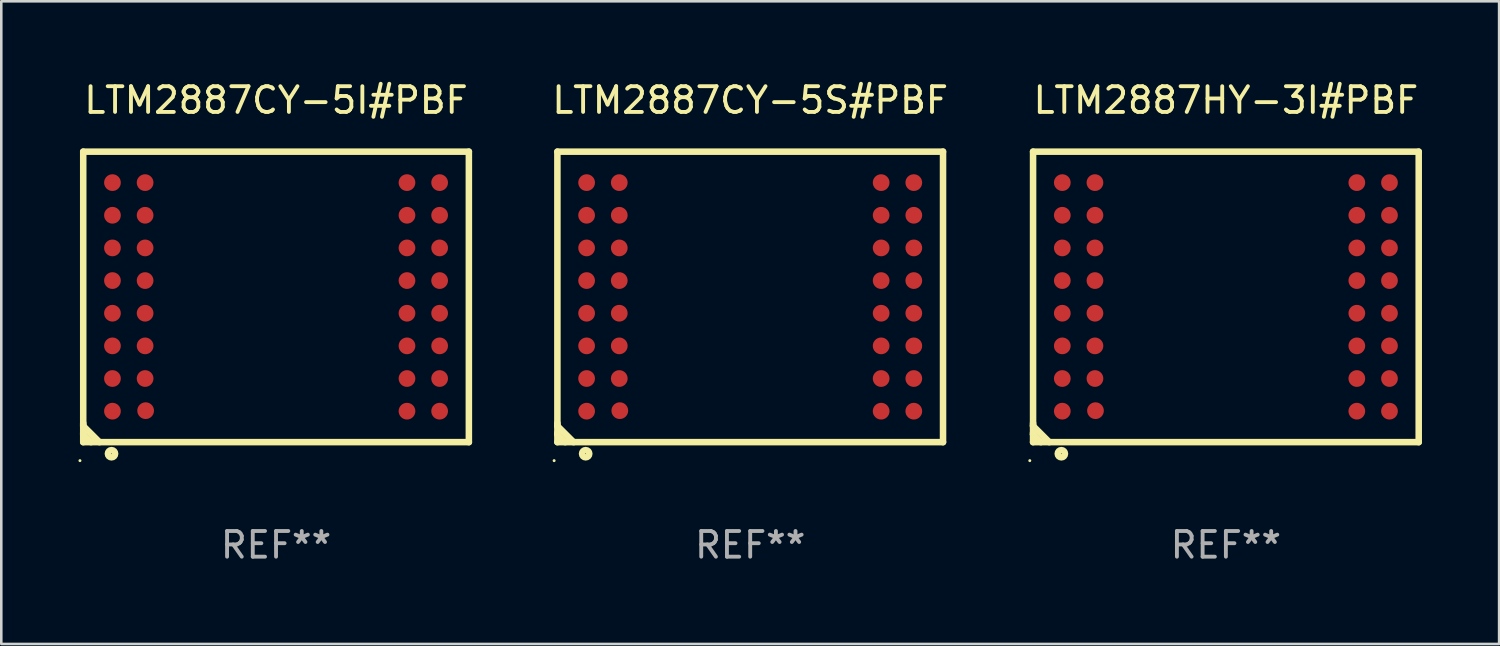
<source format=kicad_pcb>
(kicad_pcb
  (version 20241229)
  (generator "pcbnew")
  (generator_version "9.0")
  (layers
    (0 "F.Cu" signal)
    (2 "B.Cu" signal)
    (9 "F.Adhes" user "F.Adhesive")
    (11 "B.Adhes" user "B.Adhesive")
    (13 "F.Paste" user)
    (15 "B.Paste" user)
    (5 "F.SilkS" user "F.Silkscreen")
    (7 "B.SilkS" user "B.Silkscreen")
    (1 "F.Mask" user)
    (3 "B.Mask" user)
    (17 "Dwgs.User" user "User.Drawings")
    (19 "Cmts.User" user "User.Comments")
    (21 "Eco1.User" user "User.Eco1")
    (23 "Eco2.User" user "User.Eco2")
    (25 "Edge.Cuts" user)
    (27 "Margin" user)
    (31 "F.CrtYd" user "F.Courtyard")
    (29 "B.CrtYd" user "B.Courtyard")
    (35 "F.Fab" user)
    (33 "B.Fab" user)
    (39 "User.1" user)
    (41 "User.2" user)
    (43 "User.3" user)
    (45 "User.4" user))
  (footprint "LTM2887CY-5I#PBF"
    (layer "F.Cu")
    (at 7.687 8.498)
    (property "Reference" "LTM2887CY-5I#PBF" (at 0 -7.65 0) (layer "F.SilkS") (effects (font (size 1 1) (thickness 0.15))))
    (attr through_hole)
    (fp_line (start -7.5 -5.65) (end -7.5 5.65) (stroke (width 0.254) (type solid)) (layer "F.SilkS"))
    (fp_line (start -7.5 -5.65) (end 7.5 -5.65) (stroke (width 0.254) (type solid)) (layer "F.SilkS"))
    (fp_line (start -7.5 4.911) (end -7.5 5.02) (stroke (width 0.254) (type solid)) (layer "F.SilkS"))
    (fp_line (start -7.5 5.02) (end -6.87 5.65) (stroke (width 0.254) (type solid)) (layer "F.SilkS"))
    (fp_line (start -7.5 5.286) (end -7.5 5.347) (stroke (width 0.254) (type solid)) (layer "F.SilkS"))
    (fp_line (start -7.5 5.347) (end -7.197 5.65) (stroke (width 0.254) (type solid)) (layer "F.SilkS"))
    (fp_line (start -7.5 5.65) (end 7.5 5.65) (stroke (width 0.254) (type solid)) (layer "F.SilkS"))
    (fp_line (start 7.5 -5.65) (end 7.5 5.65) (stroke (width 0.254) (type solid)) (layer "F.SilkS"))
    (fp_circle (center -7.627 6.369) (end -7.597 6.369) (stroke (width 0.06) (type solid)) (fill no) (layer "F.SilkS"))
    (fp_circle (center -6.4 6.1) (end -6.259 6.1) (stroke (width 0.254) (type solid)) (fill no) (layer "F.SilkS"))
    (fp_text user "REF**" (at 0 9.65 0) (layer "F.Fab") (effects (font (size 1 1) (thickness 0.15))))
    (pad "A1" smd circle (at -6.363 4.445) (size 0.65 0.65) (layers "F.Cu" "F.Mask" "F.Paste"))
    (pad "A2" smd circle (at -6.363 3.175) (size 0.65 0.65) (layers "F.Cu" "F.Mask" "F.Paste"))
    (pad "A3" smd circle (at -6.363 1.905) (size 0.65 0.65) (layers "F.Cu" "F.Mask" "F.Paste"))
    (pad "A4" smd circle (at -6.363 0.635) (size 0.65 0.65) (layers "F.Cu" "F.Mask" "F.Paste"))
    (pad "A5" smd circle (at -6.363 -0.635) (size 0.65 0.65) (layers "F.Cu" "F.Mask" "F.Paste"))
    (pad "A6" smd circle (at -6.363 -1.905) (size 0.65 0.65) (layers "F.Cu" "F.Mask" "F.Paste"))
    (pad "A7" smd circle (at -6.363 -3.175) (size 0.65 0.65) (layers "F.Cu" "F.Mask" "F.Paste"))
    (pad "A8" smd circle (at -6.363 -4.445) (size 0.65 0.65) (layers "F.Cu" "F.Mask" "F.Paste"))
    (pad "B1" smd circle (at -5.072 4.425) (size 0.65 0.65) (layers "F.Cu" "F.Mask" "F.Paste"))
    (pad "B2" smd circle (at -5.093 3.175) (size 0.65 0.65) (layers "F.Cu" "F.Mask" "F.Paste"))
    (pad "B3" smd circle (at -5.093 1.905) (size 0.65 0.65) (layers "F.Cu" "F.Mask" "F.Paste"))
    (pad "B4" smd circle (at -5.093 0.635) (size 0.65 0.65) (layers "F.Cu" "F.Mask" "F.Paste"))
    (pad "B5" smd circle (at -5.093 -0.635) (size 0.65 0.65) (layers "F.Cu" "F.Mask" "F.Paste"))
    (pad "B6" smd circle (at -5.093 -1.905) (size 0.65 0.65) (layers "F.Cu" "F.Mask" "F.Paste"))
    (pad "B7" smd circle (at -5.093 -3.175) (size 0.65 0.65) (layers "F.Cu" "F.Mask" "F.Paste"))
    (pad "B8" smd circle (at -5.093 -4.445) (size 0.65 0.65) (layers "F.Cu" "F.Mask" "F.Paste"))
    (pad "K1" smd circle (at 5.093 4.445) (size 0.65 0.65) (layers "F.Cu" "F.Mask" "F.Paste"))
    (pad "K2" smd circle (at 5.093 3.175) (size 0.65 0.65) (layers "F.Cu" "F.Mask" "F.Paste"))
    (pad "K3" smd circle (at 5.093 1.905) (size 0.65 0.65) (layers "F.Cu" "F.Mask" "F.Paste"))
    (pad "K4" smd circle (at 5.093 0.635) (size 0.65 0.65) (layers "F.Cu" "F.Mask" "F.Paste"))
    (pad "K5" smd circle (at 5.093 -0.635) (size 0.65 0.65) (layers "F.Cu" "F.Mask" "F.Paste"))
    (pad "K6" smd circle (at 5.093 -1.905) (size 0.65 0.65) (layers "F.Cu" "F.Mask" "F.Paste"))
    (pad "K7" smd circle (at 5.093 -3.175) (size 0.65 0.65) (layers "F.Cu" "F.Mask" "F.Paste"))
    (pad "K8" smd circle (at 5.093 -4.445) (size 0.65 0.65) (layers "F.Cu" "F.Mask" "F.Paste"))
    (pad "L1" smd circle (at 6.363 4.445) (size 0.65 0.65) (layers "F.Cu" "F.Mask" "F.Paste"))
    (pad "L2" smd circle (at 6.363 3.175) (size 0.65 0.65) (layers "F.Cu" "F.Mask" "F.Paste"))
    (pad "L3" smd circle (at 6.363 1.905) (size 0.65 0.65) (layers "F.Cu" "F.Mask" "F.Paste"))
    (pad "L4" smd circle (at 6.363 0.635) (size 0.65 0.65) (layers "F.Cu" "F.Mask" "F.Paste"))
    (pad "L5" smd circle (at 6.363 -0.635) (size 0.65 0.65) (layers "F.Cu" "F.Mask" "F.Paste"))
    (pad "L6" smd circle (at 6.363 -1.905) (size 0.65 0.65) (layers "F.Cu" "F.Mask" "F.Paste"))
    (pad "L7" smd circle (at 6.363 -3.175) (size 0.65 0.65) (layers "F.Cu" "F.Mask" "F.Paste"))
    (pad "L8" smd circle (at 6.363 -4.445) (size 0.65 0.65) (layers "F.Cu" "F.Mask" "F.Paste")))
  (footprint "LTM2887CY-5S#PBF"
    (layer "F.Cu")
    (at 26.13 8.498)
    (property "Reference" "LTM2887CY-5S#PBF" (at 0 -7.65 0) (layer "F.SilkS") (effects (font (size 1 1) (thickness 0.15))))
    (attr through_hole)
    (fp_line (start -7.5 -5.65) (end -7.5 5.65) (stroke (width 0.254) (type solid)) (layer "F.SilkS"))
    (fp_line (start -7.5 -5.65) (end 7.5 -5.65) (stroke (width 0.254) (type solid)) (layer "F.SilkS"))
    (fp_line (start -7.5 4.911) (end -7.5 5.02) (stroke (width 0.254) (type solid)) (layer "F.SilkS"))
    (fp_line (start -7.5 5.02) (end -6.87 5.65) (stroke (width 0.254) (type solid)) (layer "F.SilkS"))
    (fp_line (start -7.5 5.286) (end -7.5 5.347) (stroke (width 0.254) (type solid)) (layer "F.SilkS"))
    (fp_line (start -7.5 5.347) (end -7.197 5.65) (stroke (width 0.254) (type solid)) (layer "F.SilkS"))
    (fp_line (start -7.5 5.65) (end 7.5 5.65) (stroke (width 0.254) (type solid)) (layer "F.SilkS"))
    (fp_line (start 7.5 -5.65) (end 7.5 5.65) (stroke (width 0.254) (type solid)) (layer "F.SilkS"))
    (fp_circle (center -7.627 6.369) (end -7.597 6.369) (stroke (width 0.06) (type solid)) (fill no) (layer "F.SilkS"))
    (fp_circle (center -6.4 6.1) (end -6.259 6.1) (stroke (width 0.254) (type solid)) (fill no) (layer "F.SilkS"))
    (fp_text user "REF**" (at 0 9.65 0) (layer "F.Fab") (effects (font (size 1 1) (thickness 0.15))))
    (pad "A1" smd circle (at -6.363 4.445) (size 0.65 0.65) (layers "F.Cu" "F.Mask" "F.Paste"))
    (pad "A2" smd circle (at -6.363 3.175) (size 0.65 0.65) (layers "F.Cu" "F.Mask" "F.Paste"))
    (pad "A3" smd circle (at -6.363 1.905) (size 0.65 0.65) (layers "F.Cu" "F.Mask" "F.Paste"))
    (pad "A4" smd circle (at -6.363 0.635) (size 0.65 0.65) (layers "F.Cu" "F.Mask" "F.Paste"))
    (pad "A5" smd circle (at -6.363 -0.635) (size 0.65 0.65) (layers "F.Cu" "F.Mask" "F.Paste"))
    (pad "A6" smd circle (at -6.363 -1.905) (size 0.65 0.65) (layers "F.Cu" "F.Mask" "F.Paste"))
    (pad "A7" smd circle (at -6.363 -3.175) (size 0.65 0.65) (layers "F.Cu" "F.Mask" "F.Paste"))
    (pad "A8" smd circle (at -6.363 -4.445) (size 0.65 0.65) (layers "F.Cu" "F.Mask" "F.Paste"))
    (pad "B1" smd circle (at -5.072 4.425) (size 0.65 0.65) (layers "F.Cu" "F.Mask" "F.Paste"))
    (pad "B2" smd circle (at -5.093 3.175) (size 0.65 0.65) (layers "F.Cu" "F.Mask" "F.Paste"))
    (pad "B3" smd circle (at -5.093 1.905) (size 0.65 0.65) (layers "F.Cu" "F.Mask" "F.Paste"))
    (pad "B4" smd circle (at -5.093 0.635) (size 0.65 0.65) (layers "F.Cu" "F.Mask" "F.Paste"))
    (pad "B5" smd circle (at -5.093 -0.635) (size 0.65 0.65) (layers "F.Cu" "F.Mask" "F.Paste"))
    (pad "B6" smd circle (at -5.093 -1.905) (size 0.65 0.65) (layers "F.Cu" "F.Mask" "F.Paste"))
    (pad "B7" smd circle (at -5.093 -3.175) (size 0.65 0.65) (layers "F.Cu" "F.Mask" "F.Paste"))
    (pad "B8" smd circle (at -5.093 -4.445) (size 0.65 0.65) (layers "F.Cu" "F.Mask" "F.Paste"))
    (pad "K1" smd circle (at 5.093 4.445) (size 0.65 0.65) (layers "F.Cu" "F.Mask" "F.Paste"))
    (pad "K2" smd circle (at 5.093 3.175) (size 0.65 0.65) (layers "F.Cu" "F.Mask" "F.Paste"))
    (pad "K3" smd circle (at 5.093 1.905) (size 0.65 0.65) (layers "F.Cu" "F.Mask" "F.Paste"))
    (pad "K4" smd circle (at 5.093 0.635) (size 0.65 0.65) (layers "F.Cu" "F.Mask" "F.Paste"))
    (pad "K5" smd circle (at 5.093 -0.635) (size 0.65 0.65) (layers "F.Cu" "F.Mask" "F.Paste"))
    (pad "K6" smd circle (at 5.093 -1.905) (size 0.65 0.65) (layers "F.Cu" "F.Mask" "F.Paste"))
    (pad "K7" smd circle (at 5.093 -3.175) (size 0.65 0.65) (layers "F.Cu" "F.Mask" "F.Paste"))
    (pad "K8" smd circle (at 5.093 -4.445) (size 0.65 0.65) (layers "F.Cu" "F.Mask" "F.Paste"))
    (pad "L1" smd circle (at 6.363 4.445) (size 0.65 0.65) (layers "F.Cu" "F.Mask" "F.Paste"))
    (pad "L2" smd circle (at 6.363 3.175) (size 0.65 0.65) (layers "F.Cu" "F.Mask" "F.Paste"))
    (pad "L3" smd circle (at 6.363 1.905) (size 0.65 0.65) (layers "F.Cu" "F.Mask" "F.Paste"))
    (pad "L4" smd circle (at 6.363 0.635) (size 0.65 0.65) (layers "F.Cu" "F.Mask" "F.Paste"))
    (pad "L5" smd circle (at 6.363 -0.635) (size 0.65 0.65) (layers "F.Cu" "F.Mask" "F.Paste"))
    (pad "L6" smd circle (at 6.363 -1.905) (size 0.65 0.65) (layers "F.Cu" "F.Mask" "F.Paste"))
    (pad "L7" smd circle (at 6.363 -3.175) (size 0.65 0.65) (layers "F.Cu" "F.Mask" "F.Paste"))
    (pad "L8" smd circle (at 6.363 -4.445) (size 0.65 0.65) (layers "F.Cu" "F.Mask" "F.Paste")))
  (footprint "LTM2887HY-3I#PBF"
    (layer "F.Cu")
    (at 44.632 8.498)
    (property "Reference" "LTM2887HY-3I#PBF" (at 0 -7.65 0) (layer "F.SilkS") (effects (font (size 1 1) (thickness 0.15))))
    (attr through_hole)
    (fp_line (start -7.5 -5.65) (end -7.5 5.65) (stroke (width 0.254) (type solid)) (layer "F.SilkS"))
    (fp_line (start -7.5 -5.65) (end 7.5 -5.65) (stroke (width 0.254) (type solid)) (layer "F.SilkS"))
    (fp_line (start -7.5 4.911) (end -7.5 5.02) (stroke (width 0.254) (type solid)) (layer "F.SilkS"))
    (fp_line (start -7.5 5.02) (end -6.87 5.65) (stroke (width 0.254) (type solid)) (layer "F.SilkS"))
    (fp_line (start -7.5 5.286) (end -7.5 5.347) (stroke (width 0.254) (type solid)) (layer "F.SilkS"))
    (fp_line (start -7.5 5.347) (end -7.197 5.65) (stroke (width 0.254) (type solid)) (layer "F.SilkS"))
    (fp_line (start -7.5 5.65) (end 7.5 5.65) (stroke (width 0.254) (type solid)) (layer "F.SilkS"))
    (fp_line (start 7.5 -5.65) (end 7.5 5.65) (stroke (width 0.254) (type solid)) (layer "F.SilkS"))
    (fp_circle (center -7.627 6.369) (end -7.597 6.369) (stroke (width 0.06) (type solid)) (fill no) (layer "F.SilkS"))
    (fp_circle (center -6.4 6.1) (end -6.259 6.1) (stroke (width 0.254) (type solid)) (fill no) (layer "F.SilkS"))
    (fp_text user "REF**" (at 0 9.65 0) (layer "F.Fab") (effects (font (size 1 1) (thickness 0.15))))
    (pad "A1" smd circle (at -6.363 4.445) (size 0.65 0.65) (layers "F.Cu" "F.Mask" "F.Paste"))
    (pad "A2" smd circle (at -6.363 3.175) (size 0.65 0.65) (layers "F.Cu" "F.Mask" "F.Paste"))
    (pad "A3" smd circle (at -6.363 1.905) (size 0.65 0.65) (layers "F.Cu" "F.Mask" "F.Paste"))
    (pad "A4" smd circle (at -6.363 0.635) (size 0.65 0.65) (layers "F.Cu" "F.Mask" "F.Paste"))
    (pad "A5" smd circle (at -6.363 -0.635) (size 0.65 0.65) (layers "F.Cu" "F.Mask" "F.Paste"))
    (pad "A6" smd circle (at -6.363 -1.905) (size 0.65 0.65) (layers "F.Cu" "F.Mask" "F.Paste"))
    (pad "A7" smd circle (at -6.363 -3.175) (size 0.65 0.65) (layers "F.Cu" "F.Mask" "F.Paste"))
    (pad "A8" smd circle (at -6.363 -4.445) (size 0.65 0.65) (layers "F.Cu" "F.Mask" "F.Paste"))
    (pad "B1" smd circle (at -5.072 4.425) (size 0.65 0.65) (layers "F.Cu" "F.Mask" "F.Paste"))
    (pad "B2" smd circle (at -5.093 3.175) (size 0.65 0.65) (layers "F.Cu" "F.Mask" "F.Paste"))
    (pad "B3" smd circle (at -5.093 1.905) (size 0.65 0.65) (layers "F.Cu" "F.Mask" "F.Paste"))
    (pad "B4" smd circle (at -5.093 0.635) (size 0.65 0.65) (layers "F.Cu" "F.Mask" "F.Paste"))
    (pad "B5" smd circle (at -5.093 -0.635) (size 0.65 0.65) (layers "F.Cu" "F.Mask" "F.Paste"))
    (pad "B6" smd circle (at -5.093 -1.905) (size 0.65 0.65) (layers "F.Cu" "F.Mask" "F.Paste"))
    (pad "B7" smd circle (at -5.093 -3.175) (size 0.65 0.65) (layers "F.Cu" "F.Mask" "F.Paste"))
    (pad "B8" smd circle (at -5.093 -4.445) (size 0.65 0.65) (layers "F.Cu" "F.Mask" "F.Paste"))
    (pad "K1" smd circle (at 5.093 4.445) (size 0.65 0.65) (layers "F.Cu" "F.Mask" "F.Paste"))
    (pad "K2" smd circle (at 5.093 3.175) (size 0.65 0.65) (layers "F.Cu" "F.Mask" "F.Paste"))
    (pad "K3" smd circle (at 5.093 1.905) (size 0.65 0.65) (layers "F.Cu" "F.Mask" "F.Paste"))
    (pad "K4" smd circle (at 5.093 0.635) (size 0.65 0.65) (layers "F.Cu" "F.Mask" "F.Paste"))
    (pad "K5" smd circle (at 5.093 -0.635) (size 0.65 0.65) (layers "F.Cu" "F.Mask" "F.Paste"))
    (pad "K6" smd circle (at 5.093 -1.905) (size 0.65 0.65) (layers "F.Cu" "F.Mask" "F.Paste"))
    (pad "K7" smd circle (at 5.093 -3.175) (size 0.65 0.65) (layers "F.Cu" "F.Mask" "F.Paste"))
    (pad "K8" smd circle (at 5.093 -4.445) (size 0.65 0.65) (layers "F.Cu" "F.Mask" "F.Paste"))
    (pad "L1" smd circle (at 6.363 4.445) (size 0.65 0.65) (layers "F.Cu" "F.Mask" "F.Paste"))
    (pad "L2" smd circle (at 6.363 3.175) (size 0.65 0.65) (layers "F.Cu" "F.Mask" "F.Paste"))
    (pad "L3" smd circle (at 6.363 1.905) (size 0.65 0.65) (layers "F.Cu" "F.Mask" "F.Paste"))
    (pad "L4" smd circle (at 6.363 0.635) (size 0.65 0.65) (layers "F.Cu" "F.Mask" "F.Paste"))
    (pad "L5" smd circle (at 6.363 -0.635) (size 0.65 0.65) (layers "F.Cu" "F.Mask" "F.Paste"))
    (pad "L6" smd circle (at 6.363 -1.905) (size 0.65 0.65) (layers "F.Cu" "F.Mask" "F.Paste"))
    (pad "L7" smd circle (at 6.363 -3.175) (size 0.65 0.65) (layers "F.Cu" "F.Mask" "F.Paste"))
    (pad "L8" smd circle (at 6.363 -4.445) (size 0.65 0.65) (layers "F.Cu" "F.Mask" "F.Paste")))
  (gr_rect
    (start -3 -3)
    (end 55.259 21.997)
    (stroke (width 0.1) (type default))
    (fill no)
    (layer "Edge.Cuts")))
</source>
